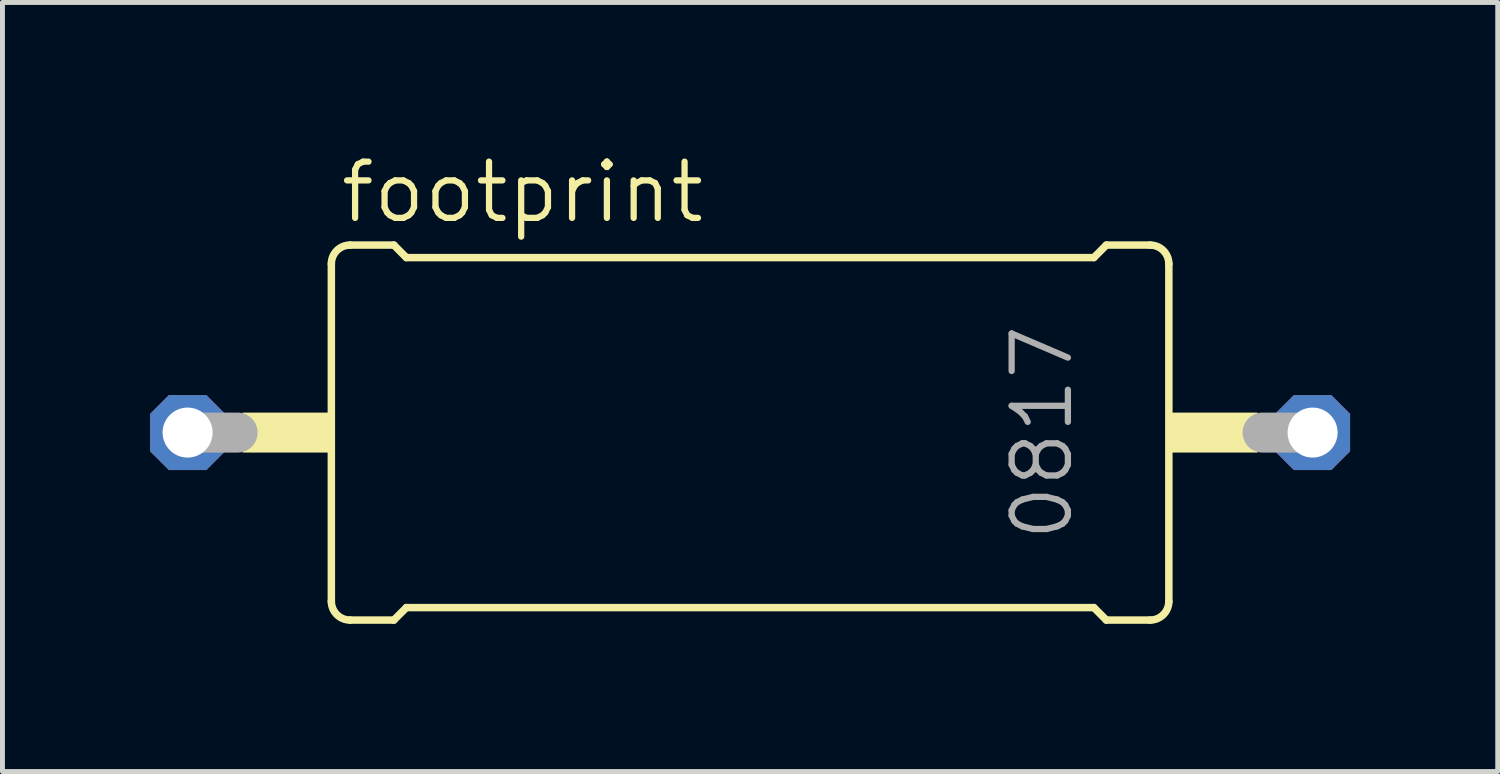
<source format=kicad_pcb>
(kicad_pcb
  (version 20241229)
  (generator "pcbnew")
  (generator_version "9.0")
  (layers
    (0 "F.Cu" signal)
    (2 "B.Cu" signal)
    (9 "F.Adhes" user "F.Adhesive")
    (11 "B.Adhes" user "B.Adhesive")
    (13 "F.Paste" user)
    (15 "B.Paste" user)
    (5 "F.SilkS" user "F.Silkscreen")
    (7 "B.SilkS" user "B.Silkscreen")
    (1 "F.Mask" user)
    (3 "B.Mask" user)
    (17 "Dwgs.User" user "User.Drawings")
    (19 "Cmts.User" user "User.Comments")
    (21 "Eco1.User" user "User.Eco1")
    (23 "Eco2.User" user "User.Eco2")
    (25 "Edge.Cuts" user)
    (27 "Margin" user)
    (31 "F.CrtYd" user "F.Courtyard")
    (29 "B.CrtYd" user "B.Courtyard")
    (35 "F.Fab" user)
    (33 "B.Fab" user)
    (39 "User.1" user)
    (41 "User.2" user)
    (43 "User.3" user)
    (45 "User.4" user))
  (footprint "footprint"
    (layer "F.Cu")
    (at 12.192 5.74)
    (property "Reference" "footprint" (at -8.382 -4.216 0) (layer "F.SilkS") (effects (font (size 1.143 1.143) (thickness 0.127)) (justify left bottom)))
    (fp_line (start -8.509 3.429) (end -8.509 -3.429) (stroke (width 0.152) (type solid)) (layer "F.SilkS"))
    (fp_line (start -8.128 -3.81) (end -7.239 -3.81) (stroke (width 0.152) (type solid)) (layer "F.SilkS"))
    (fp_line (start -8.128 3.81) (end -7.239 3.81) (stroke (width 0.152) (type solid)) (layer "F.SilkS"))
    (fp_line (start -6.985 -3.556) (end -7.239 -3.81) (stroke (width 0.152) (type solid)) (layer "F.SilkS"))
    (fp_line (start -6.985 3.556) (end -7.239 3.81) (stroke (width 0.152) (type solid)) (layer "F.SilkS"))
    (fp_line (start 6.985 -3.556) (end -6.985 -3.556) (stroke (width 0.152) (type solid)) (layer "F.SilkS"))
    (fp_line (start 6.985 -3.556) (end 7.239 -3.81) (stroke (width 0.152) (type solid)) (layer "F.SilkS"))
    (fp_line (start 6.985 3.556) (end -6.985 3.556) (stroke (width 0.152) (type solid)) (layer "F.SilkS"))
    (fp_line (start 6.985 3.556) (end 7.239 3.81) (stroke (width 0.152) (type solid)) (layer "F.SilkS"))
    (fp_line (start 8.128 -3.81) (end 7.239 -3.81) (stroke (width 0.152) (type solid)) (layer "F.SilkS"))
    (fp_line (start 8.128 3.81) (end 7.239 3.81) (stroke (width 0.152) (type solid)) (layer "F.SilkS"))
    (fp_line (start 8.509 3.429) (end 8.509 -3.429) (stroke (width 0.152) (type solid)) (layer "F.SilkS"))
    (fp_arc (start -8.509 -3.429) (mid -8.397408 -3.698408) (end -8.128 -3.81) (stroke (width 0.1524) (type solid)) (layer "F.SilkS"))
    (fp_arc (start -8.128 3.81) (mid -8.397408 3.698408) (end -8.509 3.429) (stroke (width 0.1524) (type solid)) (layer "F.SilkS"))
    (fp_arc (start 8.128 -3.81) (mid 8.397408 -3.698408) (end 8.509 -3.429) (stroke (width 0.1524) (type solid)) (layer "F.SilkS"))
    (fp_arc (start 8.509 3.429) (mid 8.397408 3.698408) (end 8.128 3.81) (stroke (width 0.1524) (type solid)) (layer "F.SilkS"))
    (fp_poly (pts (xy -10.312 0.406) (xy -8.509 0.406) (xy -8.509 -0.406) (xy -10.312 -0.406)) (stroke (width 0) (type solid)) (fill yes) (layer "F.SilkS"))
    (fp_poly (pts (xy 8.509 0.406) (xy 10.312 0.406) (xy 10.312 -0.406) (xy 8.509 -0.406)) (stroke (width 0) (type solid)) (fill yes) (layer "F.SilkS"))
    (fp_line (start -10.414 0) (end -11.43 0) (stroke (width 0.813) (type solid)) (layer "F.Fab"))
    (fp_line (start 11.43 0) (end 10.414 0) (stroke (width 0.813) (type solid)) (layer "F.Fab"))
    (fp_text user "0817" (at 6.604 2.261 90) (layer "F.Fab") (effects (font (size 1.143 1.143) (thickness 0.127)) (justify left bottom)))
    (pad "1" thru_hole roundrect (at -11.43 0) (size 1.524 1.524) (drill 1.016) (layers "*.Cu" "*.Mask") (roundrect_rratio 0.25) (chamfer_ratio 0.25) (chamfer top_left top_right bottom_left bottom_right))
    (pad "2" thru_hole roundrect (at 11.43 0) (size 1.524 1.524) (drill 1.016) (layers "*.Cu" "*.Mask") (roundrect_rratio 0.25) (chamfer_ratio 0.25) (chamfer top_left top_right bottom_left bottom_right)))
  (gr_rect
    (start -3 -3)
    (end 27.384 12.627)
    (stroke (width 0.1) (type default))
    (fill no)
    (layer "Edge.Cuts")))
</source>
